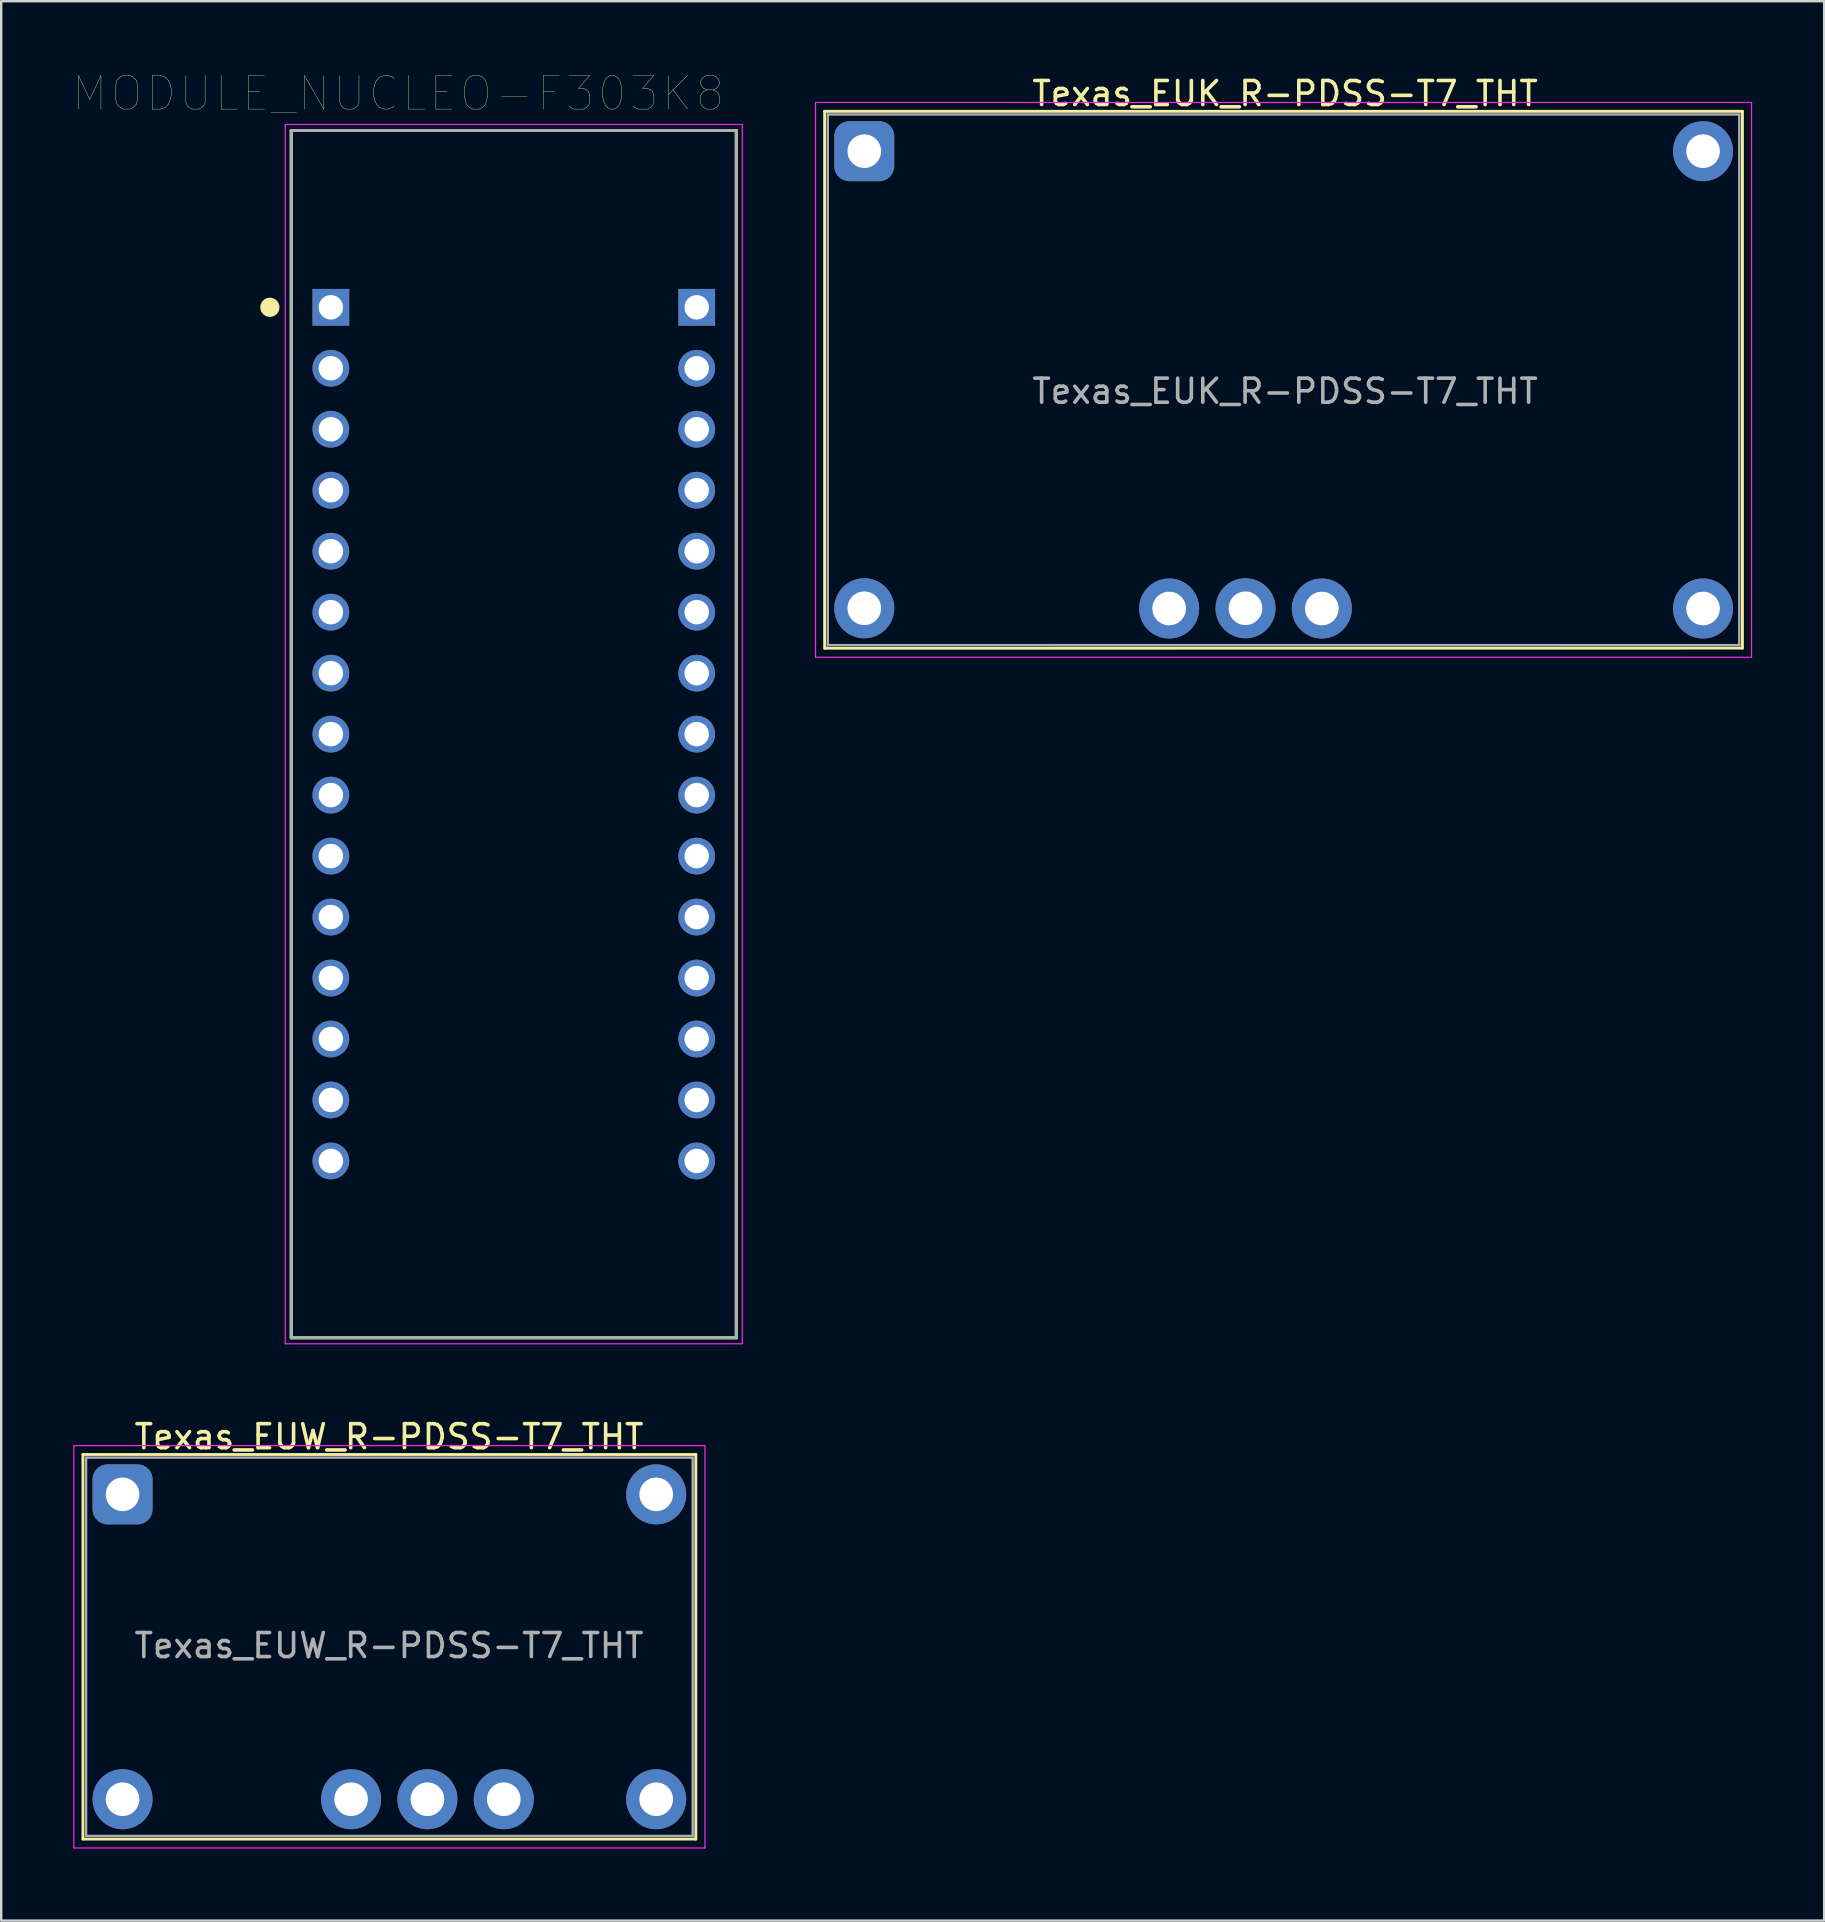
<source format=kicad_pcb>
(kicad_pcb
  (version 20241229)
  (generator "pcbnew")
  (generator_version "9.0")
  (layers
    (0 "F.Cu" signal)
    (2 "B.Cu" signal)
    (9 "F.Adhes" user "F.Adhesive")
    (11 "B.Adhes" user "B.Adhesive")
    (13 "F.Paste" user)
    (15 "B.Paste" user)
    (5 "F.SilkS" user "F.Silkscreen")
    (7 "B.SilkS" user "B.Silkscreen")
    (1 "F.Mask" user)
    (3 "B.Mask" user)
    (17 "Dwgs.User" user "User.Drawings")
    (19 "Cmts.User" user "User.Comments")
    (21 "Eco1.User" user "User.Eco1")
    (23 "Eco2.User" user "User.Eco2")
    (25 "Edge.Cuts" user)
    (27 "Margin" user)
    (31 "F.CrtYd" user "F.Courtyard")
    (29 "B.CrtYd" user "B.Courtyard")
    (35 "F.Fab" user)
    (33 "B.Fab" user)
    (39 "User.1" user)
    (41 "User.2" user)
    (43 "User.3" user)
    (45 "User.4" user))
  (footprint "Texas_EUW_R-PDSS-T7_THT"
    (layer "F.Cu")
    (at 2.055 59.199)
    (property "Reference" "Texas_EUW_R-PDSS-T7_THT" (at 11.1 -2.4 0) (layer "F.SilkS") (effects (font (size 1 1) (thickness 0.15))))
    (attr through_hole)
    (fp_line (start -1.65 -1.66) (end -1.65 14.36) (stroke (width 0.12) (type solid)) (layer "F.SilkS"))
    (fp_line (start -1.65 -1.66) (end 23.88 -1.66) (stroke (width 0.12) (type solid)) (layer "F.SilkS"))
    (fp_line (start -1.65 14.36) (end 23.88 14.36) (stroke (width 0.12) (type solid)) (layer "F.SilkS"))
    (fp_line (start 23.88 -1.66) (end 23.88 14.36) (stroke (width 0.12) (type solid)) (layer "F.SilkS"))
    (fp_line (start -2.03 14.73) (end -2.03 -2.03) (stroke (width 0.05) (type solid)) (layer "F.CrtYd"))
    (fp_line (start 24.26 -2.03) (end -2.03 -2.03) (stroke (width 0.05) (type solid)) (layer "F.CrtYd"))
    (fp_line (start 24.26 -2.03) (end 24.26 14.73) (stroke (width 0.05) (type solid)) (layer "F.CrtYd"))
    (fp_line (start 24.26 14.73) (end -2.03 14.73) (stroke (width 0.05) (type solid)) (layer "F.CrtYd"))
    (fp_line (start -1.52 14.23) (end -1.52 -1.53) (stroke (width 0.1) (type solid)) (layer "F.Fab"))
    (fp_line (start -1.52 14.23) (end 23.75 14.23) (stroke (width 0.1) (type solid)) (layer "F.Fab"))
    (fp_line (start 23.75 -1.53) (end -1.52 -1.53) (stroke (width 0.1) (type solid)) (layer "F.Fab"))
    (fp_line (start 23.75 14.23) (end 23.75 -1.53) (stroke (width 0.1) (type solid)) (layer "F.Fab"))
    (fp_text user "${REFERENCE}" (at 11.1 6.3 0) (layer "F.Fab") (effects (font (size 1 1) (thickness 0.15))))
    (pad "1" thru_hole roundrect (at 0 0) (size 2.5 2.5) (drill 1.4) (layers "*.Cu" "*.Mask") (roundrect_rratio 0.25))
    (pad "2" thru_hole circle (at 0 12.7) (size 2.5 2.5) (drill 1.4) (layers "*.Cu" "*.Mask"))
    (pad "3" thru_hole circle (at 9.52 12.7) (size 2.5 2.5) (drill 1.4) (layers "*.Cu" "*.Mask"))
    (pad "4" thru_hole circle (at 12.7 12.7) (size 2.5 2.5) (drill 1.4) (layers "*.Cu" "*.Mask"))
    (pad "5" thru_hole circle (at 15.88 12.7) (size 2.5 2.5) (drill 1.4) (layers "*.Cu" "*.Mask"))
    (pad "6" thru_hole circle (at 22.23 12.7) (size 2.5 2.5) (drill 1.4) (layers "*.Cu" "*.Mask"))
    (pad "7" thru_hole circle (at 22.23 0) (size 2.5 2.5) (drill 1.4) (layers "*.Cu" "*.Mask")))
  (footprint "MODULE_NUCLEO-F303K8"
    (layer "F.Cu")
    (at 18.352 27.531)
    (property "Reference" "MODULE_NUCLEO-F303K8" (at -4.813 -26.684 0) (layer "F.SilkS") (effects (font (size 1.402 1.402) (thickness 0.015))))
    (attr through_hole)
    (fp_line (start -9.27 -25.145) (end 9.27 -25.145) (stroke (width 0.127) (type solid)) (layer "F.SilkS"))
    (fp_line (start -9.27 25.145) (end -9.27 -25.145) (stroke (width 0.127) (type solid)) (layer "F.SilkS"))
    (fp_line (start 9.27 -25.145) (end 9.27 25.145) (stroke (width 0.127) (type solid)) (layer "F.SilkS"))
    (fp_line (start 9.27 25.145) (end -9.27 25.145) (stroke (width 0.127) (type solid)) (layer "F.SilkS"))
    (fp_circle (center -10.16 -17.78) (end -9.96 -17.78) (stroke (width 0.4) (type solid)) (fill no) (layer "F.SilkS"))
    (fp_line (start -9.52 -25.395) (end 9.52 -25.395) (stroke (width 0.05) (type solid)) (layer "F.CrtYd"))
    (fp_line (start -9.52 25.395) (end -9.52 -25.395) (stroke (width 0.05) (type solid)) (layer "F.CrtYd"))
    (fp_line (start 9.52 -25.395) (end 9.52 25.395) (stroke (width 0.05) (type solid)) (layer "F.CrtYd"))
    (fp_line (start 9.52 25.395) (end -9.52 25.395) (stroke (width 0.05) (type solid)) (layer "F.CrtYd"))
    (fp_line (start -9.27 -25.145) (end 9.27 -25.145) (stroke (width 0.127) (type solid)) (layer "F.Fab"))
    (fp_line (start -9.27 25.145) (end -9.27 -25.145) (stroke (width 0.127) (type solid)) (layer "F.Fab"))
    (fp_line (start 9.27 -25.145) (end 9.27 25.145) (stroke (width 0.127) (type solid)) (layer "F.Fab"))
    (fp_line (start 9.27 25.145) (end -9.27 25.145) (stroke (width 0.127) (type solid)) (layer "F.Fab"))
    (pad "3.1" thru_hole rect (at -7.62 -17.78) (size 1.53 1.53) (drill 1.02) (layers "*.Cu" "*.Mask"))
    (pad "3.2" thru_hole circle (at -7.62 -15.24) (size 1.53 1.53) (drill 1.02) (layers "*.Cu" "*.Mask"))
    (pad "3.3" thru_hole circle (at -7.62 -12.7) (size 1.53 1.53) (drill 1.02) (layers "*.Cu" "*.Mask"))
    (pad "3.4" thru_hole circle (at -7.62 -10.16) (size 1.53 1.53) (drill 1.02) (layers "*.Cu" "*.Mask"))
    (pad "3.5" thru_hole circle (at -7.62 -7.62) (size 1.53 1.53) (drill 1.02) (layers "*.Cu" "*.Mask"))
    (pad "3.6" thru_hole circle (at -7.62 -5.08) (size 1.53 1.53) (drill 1.02) (layers "*.Cu" "*.Mask"))
    (pad "3.7" thru_hole circle (at -7.62 -2.54) (size 1.53 1.53) (drill 1.02) (layers "*.Cu" "*.Mask"))
    (pad "3.8" thru_hole circle (at -7.62 0) (size 1.53 1.53) (drill 1.02) (layers "*.Cu" "*.Mask"))
    (pad "3.9" thru_hole circle (at -7.62 2.54) (size 1.53 1.53) (drill 1.02) (layers "*.Cu" "*.Mask"))
    (pad "3.10" thru_hole circle (at -7.62 5.08) (size 1.53 1.53) (drill 1.02) (layers "*.Cu" "*.Mask"))
    (pad "3.11" thru_hole circle (at -7.62 7.62) (size 1.53 1.53) (drill 1.02) (layers "*.Cu" "*.Mask"))
    (pad "3.12" thru_hole circle (at -7.62 10.16) (size 1.53 1.53) (drill 1.02) (layers "*.Cu" "*.Mask"))
    (pad "3.13" thru_hole circle (at -7.62 12.7) (size 1.53 1.53) (drill 1.02) (layers "*.Cu" "*.Mask"))
    (pad "3.14" thru_hole circle (at -7.62 15.24) (size 1.53 1.53) (drill 1.02) (layers "*.Cu" "*.Mask"))
    (pad "3.15" thru_hole circle (at -7.62 17.78) (size 1.53 1.53) (drill 1.02) (layers "*.Cu" "*.Mask"))
    (pad "4.1" thru_hole rect (at 7.62 -17.78) (size 1.53 1.53) (drill 1.02) (layers "*.Cu" "*.Mask"))
    (pad "4.2" thru_hole circle (at 7.62 -15.24) (size 1.53 1.53) (drill 1.02) (layers "*.Cu" "*.Mask"))
    (pad "4.3" thru_hole circle (at 7.62 -12.7) (size 1.53 1.53) (drill 1.02) (layers "*.Cu" "*.Mask"))
    (pad "4.4" thru_hole circle (at 7.62 -10.16) (size 1.53 1.53) (drill 1.02) (layers "*.Cu" "*.Mask"))
    (pad "4.5" thru_hole circle (at 7.62 -7.62) (size 1.53 1.53) (drill 1.02) (layers "*.Cu" "*.Mask"))
    (pad "4.6" thru_hole circle (at 7.62 -5.08) (size 1.53 1.53) (drill 1.02) (layers "*.Cu" "*.Mask"))
    (pad "4.7" thru_hole circle (at 7.62 -2.54) (size 1.53 1.53) (drill 1.02) (layers "*.Cu" "*.Mask"))
    (pad "4.8" thru_hole circle (at 7.62 0) (size 1.53 1.53) (drill 1.02) (layers "*.Cu" "*.Mask"))
    (pad "4.9" thru_hole circle (at 7.62 2.54) (size 1.53 1.53) (drill 1.02) (layers "*.Cu" "*.Mask"))
    (pad "4.10" thru_hole circle (at 7.62 5.08) (size 1.53 1.53) (drill 1.02) (layers "*.Cu" "*.Mask"))
    (pad "4.11" thru_hole circle (at 7.62 7.62) (size 1.53 1.53) (drill 1.02) (layers "*.Cu" "*.Mask"))
    (pad "4.12" thru_hole circle (at 7.62 10.16) (size 1.53 1.53) (drill 1.02) (layers "*.Cu" "*.Mask"))
    (pad "4.13" thru_hole circle (at 7.62 12.7) (size 1.53 1.53) (drill 1.02) (layers "*.Cu" "*.Mask"))
    (pad "4.14" thru_hole circle (at 7.62 15.24) (size 1.53 1.53) (drill 1.02) (layers "*.Cu" "*.Mask"))
    (pad "4.15" thru_hole circle (at 7.62 17.78) (size 1.53 1.53) (drill 1.02) (layers "*.Cu" "*.Mask")))
  (footprint "Texas_EUK_R-PDSS-T7_THT"
    (layer "F.Cu")
    (at 32.952 3.248)
    (property "Reference" "Texas_EUK_R-PDSS-T7_THT" (at 17.53 -2.4 0) (layer "F.SilkS") (effects (font (size 1 1) (thickness 0.15))))
    (attr through_hole)
    (fp_line (start -1.65 -1.66) (end -1.65 20.705) (stroke (width 0.12) (type solid)) (layer "F.SilkS"))
    (fp_line (start -1.65 -1.66) (end 36.58 -1.66) (stroke (width 0.12) (type solid)) (layer "F.SilkS"))
    (fp_line (start -1.65 20.705) (end 36.58 20.7) (stroke (width 0.12) (type solid)) (layer "F.SilkS"))
    (fp_line (start 36.58 -1.66) (end 36.58 20.7) (stroke (width 0.12) (type solid)) (layer "F.SilkS"))
    (fp_line (start -2.03 21.08) (end -2.03 -2.03) (stroke (width 0.05) (type solid)) (layer "F.CrtYd"))
    (fp_line (start -2.03 21.08) (end 36.96 21.08) (stroke (width 0.05) (type solid)) (layer "F.CrtYd"))
    (fp_line (start 36.96 -2.03) (end -2.03 -2.03) (stroke (width 0.05) (type solid)) (layer "F.CrtYd"))
    (fp_line (start 36.96 -2.03) (end 36.96 21.08) (stroke (width 0.05) (type solid)) (layer "F.CrtYd"))
    (fp_line (start -1.52 20.575) (end -1.52 -1.53) (stroke (width 0.1) (type solid)) (layer "F.Fab"))
    (fp_line (start 36.45 -1.53) (end -1.52 -1.53) (stroke (width 0.1) (type solid)) (layer "F.Fab"))
    (fp_line (start 36.45 20.575) (end -1.52 20.575) (stroke (width 0.1) (type solid)) (layer "F.Fab"))
    (fp_line (start 36.45 20.575) (end 36.45 -1.53) (stroke (width 0.1) (type solid)) (layer "F.Fab"))
    (fp_text user "${REFERENCE}" (at 17.53 10 0) (layer "F.Fab") (effects (font (size 1 1) (thickness 0.15))))
    (pad "1" thru_hole roundrect (at 0 0) (size 2.5 2.5) (drill 1.4) (layers "*.Cu" "*.Mask") (roundrect_rratio 0.25))
    (pad "2" thru_hole circle (at 0 19.04) (size 2.5 2.5) (drill 1.4) (layers "*.Cu" "*.Mask"))
    (pad "3" thru_hole circle (at 12.7 19.05) (size 2.5 2.5) (drill 1.4) (layers "*.Cu" "*.Mask"))
    (pad "4" thru_hole circle (at 15.88 19.04) (size 2.5 2.5) (drill 1.4) (layers "*.Cu" "*.Mask"))
    (pad "5" thru_hole circle (at 19.06 19.05) (size 2.5 2.5) (drill 1.4) (layers "*.Cu" "*.Mask"))
    (pad "6" thru_hole circle (at 34.94 19.05) (size 2.5 2.5) (drill 1.4) (layers "*.Cu" "*.Mask"))
    (pad "7" thru_hole circle (at 34.94 0) (size 2.5 2.5) (drill 1.4) (layers "*.Cu" "*.Mask")))
  (gr_rect
    (start -3 -3)
    (end 72.937 76.954)
    (stroke (width 0.1) (type default))
    (fill no)
    (layer "Edge.Cuts")))
</source>
